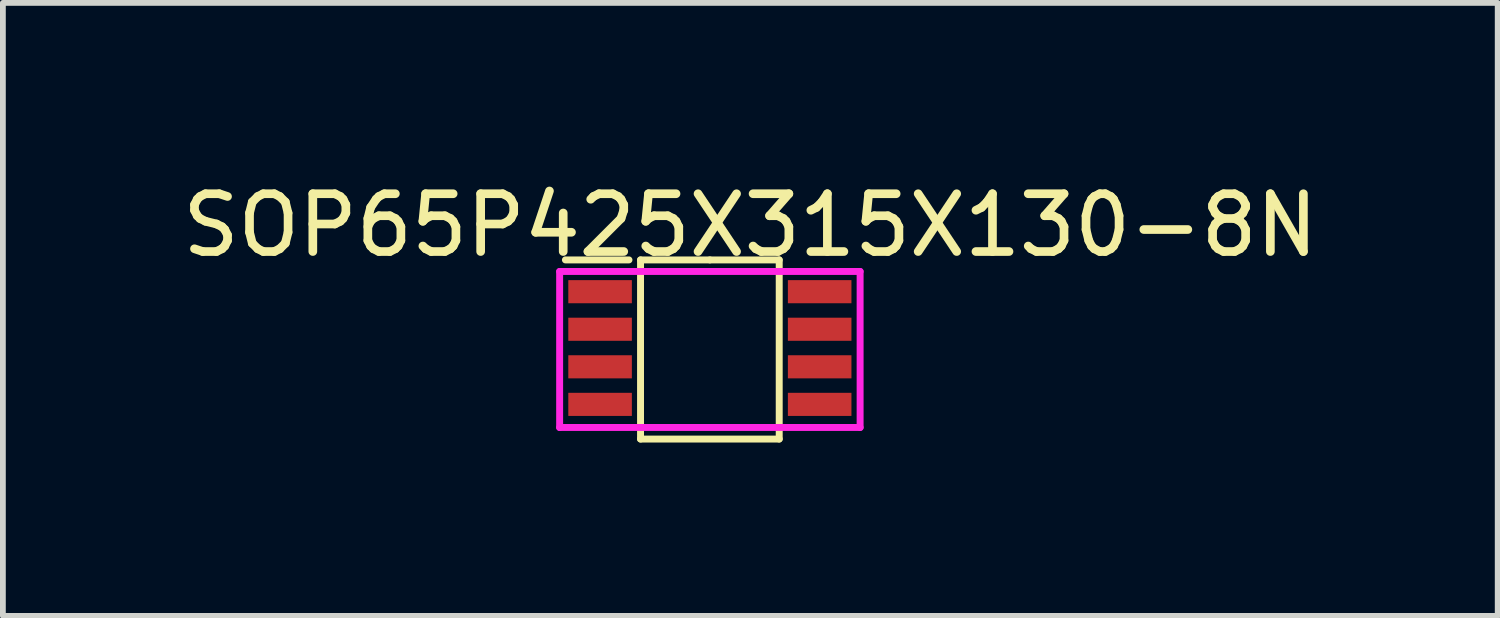
<source format=kicad_pcb>
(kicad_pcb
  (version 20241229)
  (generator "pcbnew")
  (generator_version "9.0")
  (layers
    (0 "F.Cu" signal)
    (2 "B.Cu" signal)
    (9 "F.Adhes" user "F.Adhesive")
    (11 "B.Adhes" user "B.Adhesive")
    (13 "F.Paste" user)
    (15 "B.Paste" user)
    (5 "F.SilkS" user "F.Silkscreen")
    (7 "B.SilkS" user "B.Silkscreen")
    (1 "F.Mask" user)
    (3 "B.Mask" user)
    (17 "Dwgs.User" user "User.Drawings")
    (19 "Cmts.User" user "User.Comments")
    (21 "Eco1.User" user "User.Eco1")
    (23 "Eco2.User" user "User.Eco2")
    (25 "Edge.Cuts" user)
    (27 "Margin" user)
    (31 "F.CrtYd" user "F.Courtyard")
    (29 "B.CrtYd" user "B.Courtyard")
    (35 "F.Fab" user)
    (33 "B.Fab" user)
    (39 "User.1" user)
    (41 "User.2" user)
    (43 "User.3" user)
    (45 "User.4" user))
  (footprint "SOP65P425X315X130-8N"
    (layer "F.Cu")
    (at 9.235 2.973)
    (property "Reference" "SOP65P425X315X130-8N" (at 0.7 -2.125 0) (layer "F.SilkS") (effects (font (size 1 1) (thickness 0.15))))
    (attr through_hole)
    (fp_line (start -1.4 -1.525) (end -2.5 -1.525) (stroke (width 0.12) (type solid)) (layer "F.SilkS"))
    (fp_line (start -1.2 -1.525) (end 0 -1.525) (stroke (width 0.12) (type solid)) (layer "F.SilkS"))
    (fp_line (start -1.2 1.575) (end -1.2 -1.525) (stroke (width 0.12) (type solid)) (layer "F.SilkS"))
    (fp_line (start 0 -1.525) (end 1.2 -1.525) (stroke (width 0.12) (type solid)) (layer "F.SilkS"))
    (fp_line (start 1.2 -1.525) (end 1.2 1.575) (stroke (width 0.12) (type solid)) (layer "F.SilkS"))
    (fp_line (start 1.2 1.575) (end -1.2 1.575) (stroke (width 0.12) (type solid)) (layer "F.SilkS"))
    (fp_line (start -2.6 -1.325) (end -2.6 1.375) (stroke (width 0.12) (type solid)) (layer "F.CrtYd"))
    (fp_line (start -2.6 1.375) (end 2.6 1.375) (stroke (width 0.12) (type solid)) (layer "F.CrtYd"))
    (fp_line (start 2.6 -1.325) (end -2.6 -1.325) (stroke (width 0.12) (type solid)) (layer "F.CrtYd"))
    (fp_line (start 2.6 1.375) (end 2.6 -1.325) (stroke (width 0.12) (type solid)) (layer "F.CrtYd"))
    (pad "1" smd rect (at -1.9 -0.975) (size 1.1 0.4) (layers "F.Cu" "F.Mask" "F.Paste"))
    (pad "2" smd rect (at -1.9 -0.325) (size 1.1 0.4) (layers "F.Cu" "F.Mask" "F.Paste"))
    (pad "3" smd rect (at -1.9 0.325) (size 1.1 0.4) (layers "F.Cu" "F.Mask" "F.Paste"))
    (pad "4" smd rect (at -1.9 0.975) (size 1.1 0.4) (layers "F.Cu" "F.Mask" "F.Paste"))
    (pad "5" smd rect (at 1.9 0.975) (size 1.1 0.4) (layers "F.Cu" "F.Mask" "F.Paste"))
    (pad "6" smd rect (at 1.9 0.325) (size 1.1 0.4) (layers "F.Cu" "F.Mask" "F.Paste"))
    (pad "7" smd rect (at 1.9 -0.325) (size 1.1 0.4) (layers "F.Cu" "F.Mask" "F.Paste"))
    (pad "8" smd rect (at 1.9 -0.975) (size 1.1 0.4) (layers "F.Cu" "F.Mask" "F.Paste")))
  (gr_rect
    (start -3 -3)
    (end 22.869 7.608)
    (stroke (width 0.1) (type default))
    (fill no)
    (layer "Edge.Cuts")))
</source>
